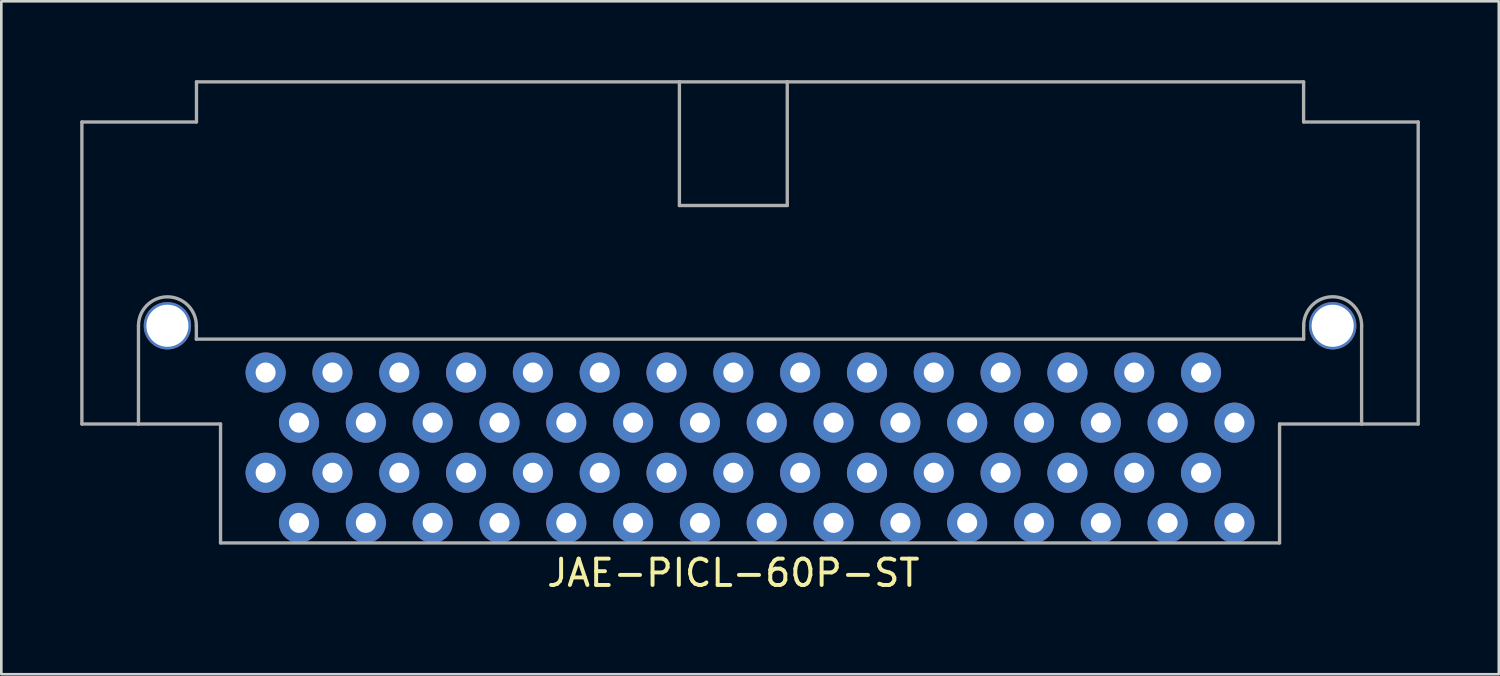
<source format=kicad_pcb>
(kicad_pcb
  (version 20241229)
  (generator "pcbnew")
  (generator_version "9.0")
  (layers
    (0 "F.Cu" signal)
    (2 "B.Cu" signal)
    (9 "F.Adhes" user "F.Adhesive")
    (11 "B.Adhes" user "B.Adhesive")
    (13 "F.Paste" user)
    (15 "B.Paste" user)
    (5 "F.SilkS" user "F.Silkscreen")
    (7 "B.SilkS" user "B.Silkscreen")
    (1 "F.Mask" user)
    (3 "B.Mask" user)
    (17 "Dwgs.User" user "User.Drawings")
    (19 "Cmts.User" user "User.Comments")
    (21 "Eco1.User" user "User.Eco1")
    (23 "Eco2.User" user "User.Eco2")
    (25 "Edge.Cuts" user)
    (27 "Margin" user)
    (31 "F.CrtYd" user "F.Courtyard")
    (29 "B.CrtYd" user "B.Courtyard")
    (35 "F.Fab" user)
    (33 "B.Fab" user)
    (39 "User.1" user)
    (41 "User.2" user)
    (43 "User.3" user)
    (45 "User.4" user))
  (footprint "JAE-PICL-60P-ST"
    (layer "F.Cu")
    (at 24.828 13.652)
    (property "Reference" "JAE-PICL-60P-ST" (at 0 5.08 0) (layer "F.SilkS") (effects (font (size 1 1) (thickness 0.15))))
    (attr exclude_from_pos_files exclude_from_bom)
    (fp_line (start -24.765 -12.065) (end -20.409 -12.065) (stroke (width 0.127) (type solid)) (layer "F.Fab"))
    (fp_line (start -24.765 -0.584) (end -24.765 -12.065) (stroke (width 0.127) (type solid)) (layer "F.Fab"))
    (fp_line (start -22.614 -0.584) (end -24.765 -0.584) (stroke (width 0.127) (type solid)) (layer "F.Fab"))
    (fp_line (start -22.614 -0.584) (end -22.614 -4.318) (stroke (width 0.127) (type solid)) (layer "F.Fab"))
    (fp_line (start -20.414 -3.81) (end -20.414 -4.318) (stroke (width 0.127) (type solid)) (layer "F.Fab"))
    (fp_line (start -20.414 -3.81) (end 21.681 -3.81) (stroke (width 0.127) (type solid)) (layer "F.Fab"))
    (fp_line (start -20.409 -13.589) (end -20.409 -12.065) (stroke (width 0.127) (type solid)) (layer "F.Fab"))
    (fp_line (start -19.494 -0.584) (end -22.614 -0.584) (stroke (width 0.127) (type solid)) (layer "F.Fab"))
    (fp_line (start -19.494 -0.584) (end -19.494 3.937) (stroke (width 0.127) (type solid)) (layer "F.Fab"))
    (fp_line (start -19.494 3.937) (end 20.765 3.937) (stroke (width 0.127) (type solid)) (layer "F.Fab"))
    (fp_line (start -2.05 -13.589) (end -20.409 -13.589) (stroke (width 0.127) (type solid)) (layer "F.Fab"))
    (fp_line (start -2.05 -13.589) (end -2.05 -8.89) (stroke (width 0.127) (type solid)) (layer "F.Fab"))
    (fp_line (start -2.05 -8.89) (end 2.05 -8.89) (stroke (width 0.127) (type solid)) (layer "F.Fab"))
    (fp_line (start 2.05 -13.589) (end -2.05 -13.589) (stroke (width 0.127) (type solid)) (layer "F.Fab"))
    (fp_line (start 2.05 -8.89) (end 2.05 -13.589) (stroke (width 0.127) (type solid)) (layer "F.Fab"))
    (fp_line (start 20.765 3.937) (end 20.765 -0.584) (stroke (width 0.127) (type solid)) (layer "F.Fab"))
    (fp_line (start 21.679 -13.589) (end 2.05 -13.589) (stroke (width 0.127) (type solid)) (layer "F.Fab"))
    (fp_line (start 21.679 -12.065) (end 21.679 -13.589) (stroke (width 0.127) (type solid)) (layer "F.Fab"))
    (fp_line (start 21.679 -12.065) (end 26.035 -12.065) (stroke (width 0.127) (type solid)) (layer "F.Fab"))
    (fp_line (start 21.681 -3.81) (end 21.681 -4.318) (stroke (width 0.127) (type solid)) (layer "F.Fab"))
    (fp_line (start 23.884 -0.584) (end 20.765 -0.584) (stroke (width 0.127) (type solid)) (layer "F.Fab"))
    (fp_line (start 23.884 -0.584) (end 23.884 -4.318) (stroke (width 0.127) (type solid)) (layer "F.Fab"))
    (fp_line (start 26.035 -12.065) (end 26.035 -0.584) (stroke (width 0.127) (type solid)) (layer "F.Fab"))
    (fp_line (start 26.035 -0.584) (end 23.884 -0.584) (stroke (width 0.127) (type solid)) (layer "F.Fab"))
    (fp_arc (start -22.61362 -4.318) (mid -21.5138 -5.41782) (end -20.41398 -4.318) (stroke (width 0.127) (type solid)) (layer "F.Fab"))
    (fp_arc (start 21.68144 -4.318) (mid 22.7838 -5.42036) (end 23.88616 -4.318) (stroke (width 0.127) (type solid)) (layer "F.Fab"))
    (pad "" np_thru_hole circle (at -21.514 -4.318) (size 1.8 1.8) (drill 1.6) (layers "*.Cu" "*.Mask"))
    (pad "" np_thru_hole circle (at 22.784 -4.318) (size 1.8 1.8) (drill 1.6) (layers "*.Cu" "*.Mask"))
    (pad "1" thru_hole circle (at 19.05 3.175) (size 1.524 1.524) (drill 0.762) (layers "*.Cu" "*.Mask"))
    (pad "2" thru_hole circle (at 17.78 1.27) (size 1.524 1.524) (drill 0.762) (layers "*.Cu" "*.Mask"))
    (pad "3" thru_hole circle (at 16.51 3.175) (size 1.524 1.524) (drill 0.762) (layers "*.Cu" "*.Mask"))
    (pad "4" thru_hole circle (at 15.24 1.27) (size 1.524 1.524) (drill 0.762) (layers "*.Cu" "*.Mask"))
    (pad "5" thru_hole circle (at 13.97 3.175) (size 1.524 1.524) (drill 0.762) (layers "*.Cu" "*.Mask"))
    (pad "6" thru_hole circle (at 12.7 1.27) (size 1.524 1.524) (drill 0.762) (layers "*.Cu" "*.Mask"))
    (pad "7" thru_hole circle (at 11.43 3.175) (size 1.524 1.524) (drill 0.762) (layers "*.Cu" "*.Mask"))
    (pad "8" thru_hole circle (at 10.16 1.27) (size 1.524 1.524) (drill 0.762) (layers "*.Cu" "*.Mask"))
    (pad "9" thru_hole circle (at 8.89 3.175) (size 1.524 1.524) (drill 0.762) (layers "*.Cu" "*.Mask"))
    (pad "10" thru_hole circle (at 7.62 1.27) (size 1.524 1.524) (drill 0.762) (layers "*.Cu" "*.Mask"))
    (pad "11" thru_hole circle (at 6.35 3.175) (size 1.524 1.524) (drill 0.762) (layers "*.Cu" "*.Mask"))
    (pad "12" thru_hole circle (at 5.08 1.27) (size 1.524 1.524) (drill 0.762) (layers "*.Cu" "*.Mask"))
    (pad "13" thru_hole circle (at 3.81 3.175) (size 1.524 1.524) (drill 0.762) (layers "*.Cu" "*.Mask"))
    (pad "14" thru_hole circle (at 2.54 1.27) (size 1.524 1.524) (drill 0.762) (layers "*.Cu" "*.Mask"))
    (pad "15" thru_hole circle (at 1.27 3.175) (size 1.524 1.524) (drill 0.762) (layers "*.Cu" "*.Mask"))
    (pad "16" thru_hole circle (at 0 1.27) (size 1.524 1.524) (drill 0.762) (layers "*.Cu" "*.Mask"))
    (pad "17" thru_hole circle (at -1.27 3.175) (size 1.524 1.524) (drill 0.762) (layers "*.Cu" "*.Mask"))
    (pad "18" thru_hole circle (at -2.54 1.27) (size 1.524 1.524) (drill 0.762) (layers "*.Cu" "*.Mask"))
    (pad "19" thru_hole circle (at -3.81 3.175) (size 1.524 1.524) (drill 0.762) (layers "*.Cu" "*.Mask"))
    (pad "20" thru_hole circle (at -5.08 1.27) (size 1.524 1.524) (drill 0.762) (layers "*.Cu" "*.Mask"))
    (pad "21" thru_hole circle (at -6.35 3.175) (size 1.524 1.524) (drill 0.762) (layers "*.Cu" "*.Mask"))
    (pad "22" thru_hole circle (at -7.62 1.27) (size 1.524 1.524) (drill 0.762) (layers "*.Cu" "*.Mask"))
    (pad "23" thru_hole circle (at -8.89 3.175) (size 1.524 1.524) (drill 0.762) (layers "*.Cu" "*.Mask"))
    (pad "24" thru_hole circle (at -10.16 1.27) (size 1.524 1.524) (drill 0.762) (layers "*.Cu" "*.Mask"))
    (pad "25" thru_hole circle (at -11.43 3.175) (size 1.524 1.524) (drill 0.762) (layers "*.Cu" "*.Mask"))
    (pad "26" thru_hole circle (at -12.7 1.27) (size 1.524 1.524) (drill 0.762) (layers "*.Cu" "*.Mask"))
    (pad "27" thru_hole circle (at -13.97 3.175) (size 1.524 1.524) (drill 0.762) (layers "*.Cu" "*.Mask"))
    (pad "28" thru_hole circle (at -15.24 1.27) (size 1.524 1.524) (drill 0.762) (layers "*.Cu" "*.Mask"))
    (pad "29" thru_hole circle (at -16.51 3.175) (size 1.524 1.524) (drill 0.762) (layers "*.Cu" "*.Mask"))
    (pad "30" thru_hole circle (at -17.78 1.27) (size 1.524 1.524) (drill 0.762) (layers "*.Cu" "*.Mask"))
    (pad "31" thru_hole circle (at 19.05 -0.635) (size 1.524 1.524) (drill 0.762) (layers "*.Cu" "*.Mask"))
    (pad "32" thru_hole circle (at 17.78 -2.54) (size 1.524 1.524) (drill 0.762) (layers "*.Cu" "*.Mask"))
    (pad "33" thru_hole circle (at 16.51 -0.635) (size 1.524 1.524) (drill 0.762) (layers "*.Cu" "*.Mask"))
    (pad "34" thru_hole circle (at 15.24 -2.54) (size 1.524 1.524) (drill 0.762) (layers "*.Cu" "*.Mask"))
    (pad "35" thru_hole circle (at 13.97 -0.635) (size 1.524 1.524) (drill 0.762) (layers "*.Cu" "*.Mask"))
    (pad "36" thru_hole circle (at 12.7 -2.54) (size 1.524 1.524) (drill 0.762) (layers "*.Cu" "*.Mask"))
    (pad "37" thru_hole circle (at 11.43 -0.635) (size 1.524 1.524) (drill 0.762) (layers "*.Cu" "*.Mask"))
    (pad "38" thru_hole circle (at 10.16 -2.54) (size 1.524 1.524) (drill 0.762) (layers "*.Cu" "*.Mask"))
    (pad "39" thru_hole circle (at 8.89 -0.635) (size 1.524 1.524) (drill 0.762) (layers "*.Cu" "*.Mask"))
    (pad "40" thru_hole circle (at 7.62 -2.54) (size 1.524 1.524) (drill 0.762) (layers "*.Cu" "*.Mask"))
    (pad "41" thru_hole circle (at 6.35 -0.635) (size 1.524 1.524) (drill 0.762) (layers "*.Cu" "*.Mask"))
    (pad "42" thru_hole circle (at 5.08 -2.54) (size 1.524 1.524) (drill 0.762) (layers "*.Cu" "*.Mask"))
    (pad "43" thru_hole circle (at 3.81 -0.635) (size 1.524 1.524) (drill 0.762) (layers "*.Cu" "*.Mask"))
    (pad "44" thru_hole circle (at 2.54 -2.54) (size 1.524 1.524) (drill 0.762) (layers "*.Cu" "*.Mask"))
    (pad "45" thru_hole circle (at 1.27 -0.635) (size 1.524 1.524) (drill 0.762) (layers "*.Cu" "*.Mask"))
    (pad "46" thru_hole circle (at 0 -2.54) (size 1.524 1.524) (drill 0.762) (layers "*.Cu" "*.Mask"))
    (pad "47" thru_hole circle (at -1.27 -0.635) (size 1.524 1.524) (drill 0.762) (layers "*.Cu" "*.Mask"))
    (pad "48" thru_hole circle (at -2.54 -2.54) (size 1.524 1.524) (drill 0.762) (layers "*.Cu" "*.Mask"))
    (pad "49" thru_hole circle (at -3.81 -0.635) (size 1.524 1.524) (drill 0.762) (layers "*.Cu" "*.Mask"))
    (pad "50" thru_hole circle (at -5.08 -2.54) (size 1.524 1.524) (drill 0.762) (layers "*.Cu" "*.Mask"))
    (pad "51" thru_hole circle (at -6.35 -0.635) (size 1.524 1.524) (drill 0.762) (layers "*.Cu" "*.Mask"))
    (pad "52" thru_hole circle (at -7.62 -2.54) (size 1.524 1.524) (drill 0.762) (layers "*.Cu" "*.Mask"))
    (pad "53" thru_hole circle (at -8.89 -0.635) (size 1.524 1.524) (drill 0.762) (layers "*.Cu" "*.Mask"))
    (pad "54" thru_hole circle (at -10.16 -2.54) (size 1.524 1.524) (drill 0.762) (layers "*.Cu" "*.Mask"))
    (pad "55" thru_hole circle (at -11.43 -0.635) (size 1.524 1.524) (drill 0.762) (layers "*.Cu" "*.Mask"))
    (pad "56" thru_hole circle (at -12.7 -2.54) (size 1.524 1.524) (drill 0.762) (layers "*.Cu" "*.Mask"))
    (pad "57" thru_hole circle (at -13.97 -0.635) (size 1.524 1.524) (drill 0.762) (layers "*.Cu" "*.Mask"))
    (pad "58" thru_hole circle (at -15.24 -2.54) (size 1.524 1.524) (drill 0.762) (layers "*.Cu" "*.Mask"))
    (pad "59" thru_hole circle (at -16.51 -0.635) (size 1.524 1.524) (drill 0.762) (layers "*.Cu" "*.Mask"))
    (pad "60" thru_hole circle (at -17.78 -2.54) (size 1.524 1.524) (drill 0.762) (layers "*.Cu" "*.Mask")))
  (gr_rect
    (start -3 -3)
    (end 53.927 22.581)
    (stroke (width 0.1) (type default))
    (fill no)
    (layer "Edge.Cuts")))
</source>
